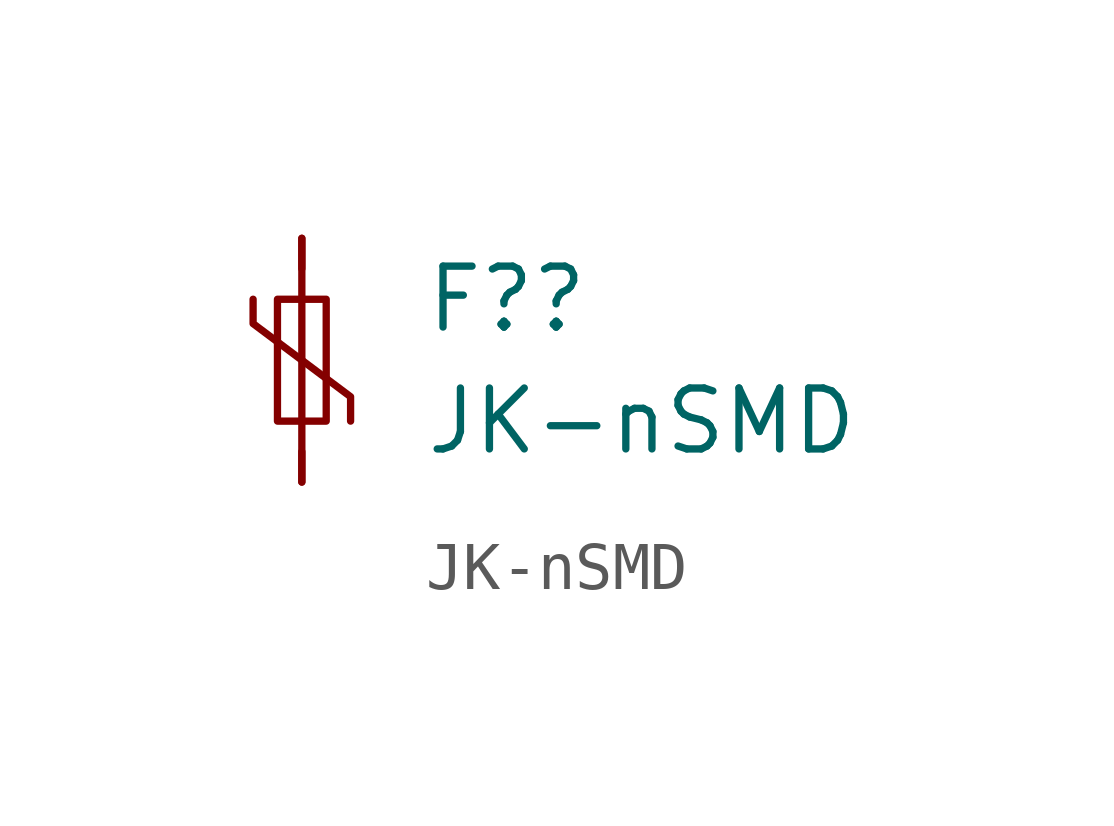
<source format=kicad_sym>
(kicad_symbol_lib
  (version 20211014)
  (generator kicad_symbol_editor)
  (symbol "JK-nSMD"
    (pin_numbers hide)
    (pin_names
      (offset 0))
    (property "Reference" "F?"
      (at 2.54 1.27 0)
      (effects (font (size 1.27 1.27)) (justify left)))
    (property "Value" "JK-nSMD"
      (at 2.54 -1.27 0)
      (effects (font (size 1.27 1.27)) (justify left)))
    (symbol "JK-nSMD_0_1"
      (rectangle (start -0.508 1.27) (end 0.508 -1.27) (stroke (width 0) (type default) (color 0 0 0 0)) (fill (type none)))
      (polyline (pts (xy 0 2.54) (xy 0 -2.54)) (stroke (width 0) (type default) (color 0 0 0 0)) (fill (type none)))
      (polyline (pts (xy -1.016 1.27) (xy -1.016 0.762) (xy 1.016 -0.762) (xy 1.016 -1.27)) (stroke (width 0) (type default) (color 0 0 0 0)) (fill (type none))))
    (symbol "JK-nSMD_1_1"
      (pin passive line (at 0 2.54 270) (length 0.635) (name "~" (effects (font (size 1.27 1.27)))) (number "1" (effects (font (size 1.27 1.27)))))
      (pin passive line (at 0 -2.54 90) (length 0.635) (name "~" (effects (font (size 1.27 1.27)))) (number "2" (effects (font (size 1.27 1.27))))))))
</source>
